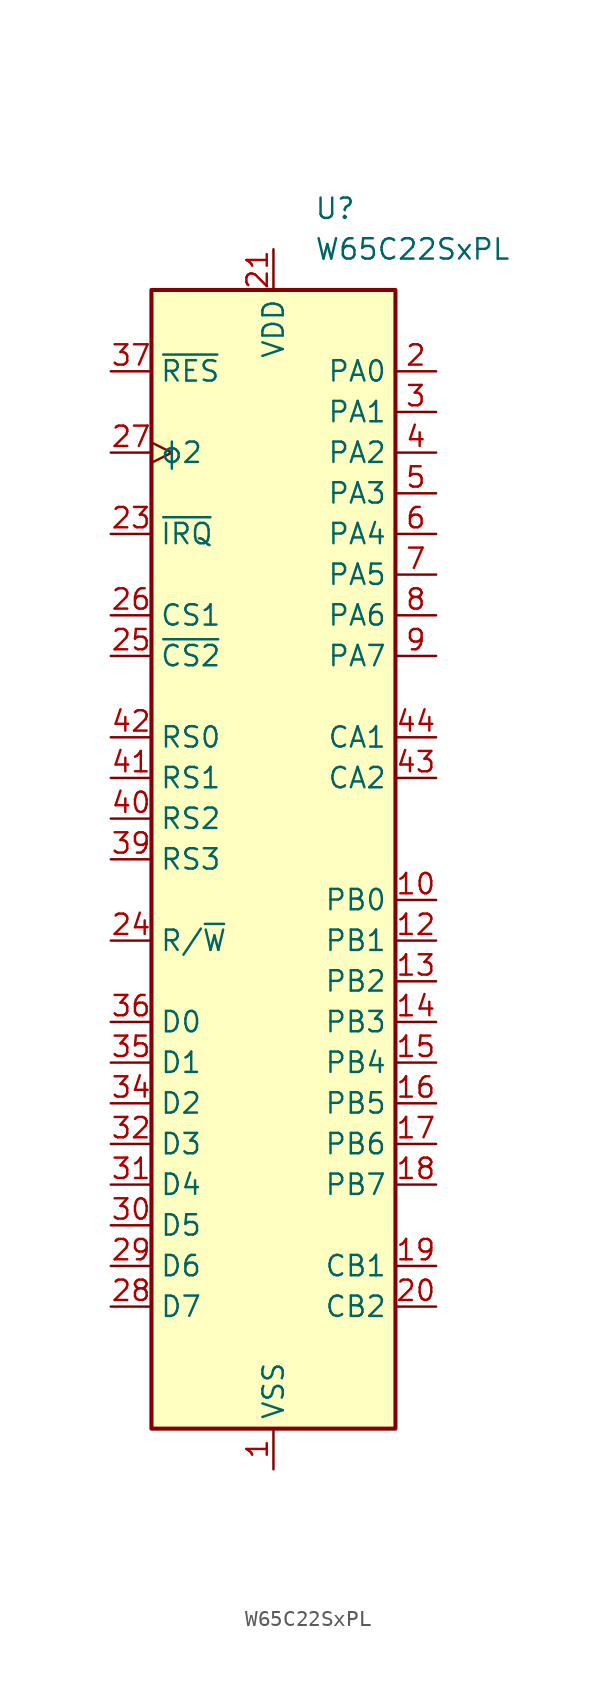
<source format=kicad_sym>
(kicad_symbol_lib
  (version 20231120)
  (generator "kicad_symbol_editor")
  (generator_version "8.0")
  (symbol "W65C22SxPL"
    (property "Reference" "U"
      (at 2.54 40.64 0)
      (effects (font (size 1.27 1.27)) (justify left)))
    (property "Value" "W65C22SxPL"
      (at 2.54 38.1 0)
      (effects (font (size 1.27 1.27)) (justify left)))
    (symbol "W65C22SxPL_0_1"
      (rectangle (start -7.62 35.56) (end 7.62 -35.56) (stroke (width 0.254) (type default)) (fill (type background))))
    (symbol "W65C22SxPL_1_1"
      (pin power_in line (at 0 -38.1 90) (length 2.54) (name "VSS" (effects (font (size 1.27 1.27)))) (number "1" (effects (font (size 1.27 1.27)))))
      (pin bidirectional line (at 10.16 -2.54 180) (length 2.54) (name "PB0" (effects (font (size 1.27 1.27)))) (number "10" (effects (font (size 1.27 1.27)))))
      (pin no_connect non_logic (at -7.62 22.86 0) (length 2.54) hide (name "nc" (effects (font (size 1.27 1.27)))) (number "11" (effects (font (size 1.27 1.27)))))
      (pin bidirectional line (at 10.16 -5.08 180) (length 2.54) (name "PB1" (effects (font (size 1.27 1.27)))) (number "12" (effects (font (size 1.27 1.27)))))
      (pin bidirectional line (at 10.16 -7.62 180) (length 2.54) (name "PB2" (effects (font (size 1.27 1.27)))) (number "13" (effects (font (size 1.27 1.27)))))
      (pin bidirectional line (at 10.16 -10.16 180) (length 2.54) (name "PB3" (effects (font (size 1.27 1.27)))) (number "14" (effects (font (size 1.27 1.27)))))
      (pin bidirectional line (at 10.16 -12.7 180) (length 2.54) (name "PB4" (effects (font (size 1.27 1.27)))) (number "15" (effects (font (size 1.27 1.27)))))
      (pin bidirectional line (at 10.16 -15.24 180) (length 2.54) (name "PB5" (effects (font (size 1.27 1.27)))) (number "16" (effects (font (size 1.27 1.27)))))
      (pin bidirectional line (at 10.16 -17.78 180) (length 2.54) (name "PB6" (effects (font (size 1.27 1.27)))) (number "17" (effects (font (size 1.27 1.27)))))
      (pin bidirectional line (at 10.16 -20.32 180) (length 2.54) (name "PB7" (effects (font (size 1.27 1.27)))) (number "18" (effects (font (size 1.27 1.27)))))
      (pin input line (at 10.16 -25.4 180) (length 2.54) (name "CB1" (effects (font (size 1.27 1.27)))) (number "19" (effects (font (size 1.27 1.27)))))
      (pin bidirectional line (at 10.16 30.48 180) (length 2.54) (name "PA0" (effects (font (size 1.27 1.27)))) (number "2" (effects (font (size 1.27 1.27)))))
      (pin bidirectional line (at 10.16 -27.94 180) (length 2.54) (name "CB2" (effects (font (size 1.27 1.27)))) (number "20" (effects (font (size 1.27 1.27)))))
      (pin power_in line (at 0 38.1 270) (length 2.54) (name "VDD" (effects (font (size 1.27 1.27)))) (number "21" (effects (font (size 1.27 1.27)))))
      (pin no_connect non_logic (at -7.62 10.16 0) (length 2.54) hide (name "nc" (effects (font (size 1.27 1.27)))) (number "22" (effects (font (size 1.27 1.27)))))
      (pin output line (at -10.16 20.32 0) (length 2.54) (name "~{IRQ}" (effects (font (size 1.27 1.27)))) (number "23" (effects (font (size 1.27 1.27)))))
      (pin input line (at -10.16 -5.08 0) (length 2.54) (name "R/~{W}" (effects (font (size 1.27 1.27)))) (number "24" (effects (font (size 1.27 1.27)))))
      (pin input line (at -10.16 12.7 0) (length 2.54) (name "~{CS2}" (effects (font (size 1.27 1.27)))) (number "25" (effects (font (size 1.27 1.27)))))
      (pin input line (at -10.16 15.24 0) (length 2.54) (name "CS1" (effects (font (size 1.27 1.27)))) (number "26" (effects (font (size 1.27 1.27)))))
      (pin input clock (at -10.16 25.4 0) (length 2.54) (name "ϕ2" (effects (font (size 1.27 1.27)))) (number "27" (effects (font (size 1.27 1.27)))))
      (pin bidirectional line (at -10.16 -27.94 0) (length 2.54) (name "D7" (effects (font (size 1.27 1.27)))) (number "28" (effects (font (size 1.27 1.27)))))
      (pin bidirectional line (at -10.16 -25.4 0) (length 2.54) (name "D6" (effects (font (size 1.27 1.27)))) (number "29" (effects (font (size 1.27 1.27)))))
      (pin bidirectional line (at 10.16 27.94 180) (length 2.54) (name "PA1" (effects (font (size 1.27 1.27)))) (number "3" (effects (font (size 1.27 1.27)))))
      (pin bidirectional line (at -10.16 -22.86 0) (length 2.54) (name "D5" (effects (font (size 1.27 1.27)))) (number "30" (effects (font (size 1.27 1.27)))))
      (pin bidirectional line (at -10.16 -20.32 0) (length 2.54) (name "D4" (effects (font (size 1.27 1.27)))) (number "31" (effects (font (size 1.27 1.27)))))
      (pin bidirectional line (at -10.16 -17.78 0) (length 2.54) (name "D3" (effects (font (size 1.27 1.27)))) (number "32" (effects (font (size 1.27 1.27)))))
      (pin no_connect non_logic (at -7.62 -7.62 0) (length 2.54) hide (name "nc" (effects (font (size 1.27 1.27)))) (number "33" (effects (font (size 1.27 1.27)))))
      (pin bidirectional line (at -10.16 -15.24 0) (length 2.54) (name "D2" (effects (font (size 1.27 1.27)))) (number "34" (effects (font (size 1.27 1.27)))))
      (pin bidirectional line (at -10.16 -12.7 0) (length 2.54) (name "D1" (effects (font (size 1.27 1.27)))) (number "35" (effects (font (size 1.27 1.27)))))
      (pin bidirectional line (at -10.16 -10.16 0) (length 2.54) (name "D0" (effects (font (size 1.27 1.27)))) (number "36" (effects (font (size 1.27 1.27)))))
      (pin input line (at -10.16 30.48 0) (length 2.54) (name "~{RES}" (effects (font (size 1.27 1.27)))) (number "37" (effects (font (size 1.27 1.27)))))
      (pin no_connect non_logic (at -7.62 -30.48 0) (length 2.54) hide (name "nc" (effects (font (size 1.27 1.27)))) (number "38" (effects (font (size 1.27 1.27)))))
      (pin input line (at -10.16 0 0) (length 2.54) (name "RS3" (effects (font (size 1.27 1.27)))) (number "39" (effects (font (size 1.27 1.27)))))
      (pin bidirectional line (at 10.16 25.4 180) (length 2.54) (name "PA2" (effects (font (size 1.27 1.27)))) (number "4" (effects (font (size 1.27 1.27)))))
      (pin input line (at -10.16 2.54 0) (length 2.54) (name "RS2" (effects (font (size 1.27 1.27)))) (number "40" (effects (font (size 1.27 1.27)))))
      (pin input line (at -10.16 5.08 0) (length 2.54) (name "RS1" (effects (font (size 1.27 1.27)))) (number "41" (effects (font (size 1.27 1.27)))))
      (pin input line (at -10.16 7.62 0) (length 2.54) (name "RS0" (effects (font (size 1.27 1.27)))) (number "42" (effects (font (size 1.27 1.27)))))
      (pin bidirectional line (at 10.16 5.08 180) (length 2.54) (name "CA2" (effects (font (size 1.27 1.27)))) (number "43" (effects (font (size 1.27 1.27)))))
      (pin input line (at 10.16 7.62 180) (length 2.54) (name "CA1" (effects (font (size 1.27 1.27)))) (number "44" (effects (font (size 1.27 1.27)))))
      (pin bidirectional line (at 10.16 22.86 180) (length 2.54) (name "PA3" (effects (font (size 1.27 1.27)))) (number "5" (effects (font (size 1.27 1.27)))))
      (pin bidirectional line (at 10.16 20.32 180) (length 2.54) (name "PA4" (effects (font (size 1.27 1.27)))) (number "6" (effects (font (size 1.27 1.27)))))
      (pin bidirectional line (at 10.16 17.78 180) (length 2.54) (name "PA5" (effects (font (size 1.27 1.27)))) (number "7" (effects (font (size 1.27 1.27)))))
      (pin bidirectional line (at 10.16 15.24 180) (length 2.54) (name "PA6" (effects (font (size 1.27 1.27)))) (number "8" (effects (font (size 1.27 1.27)))))
      (pin bidirectional line (at 10.16 12.7 180) (length 2.54) (name "PA7" (effects (font (size 1.27 1.27)))) (number "9" (effects (font (size 1.27 1.27))))))))
</source>
